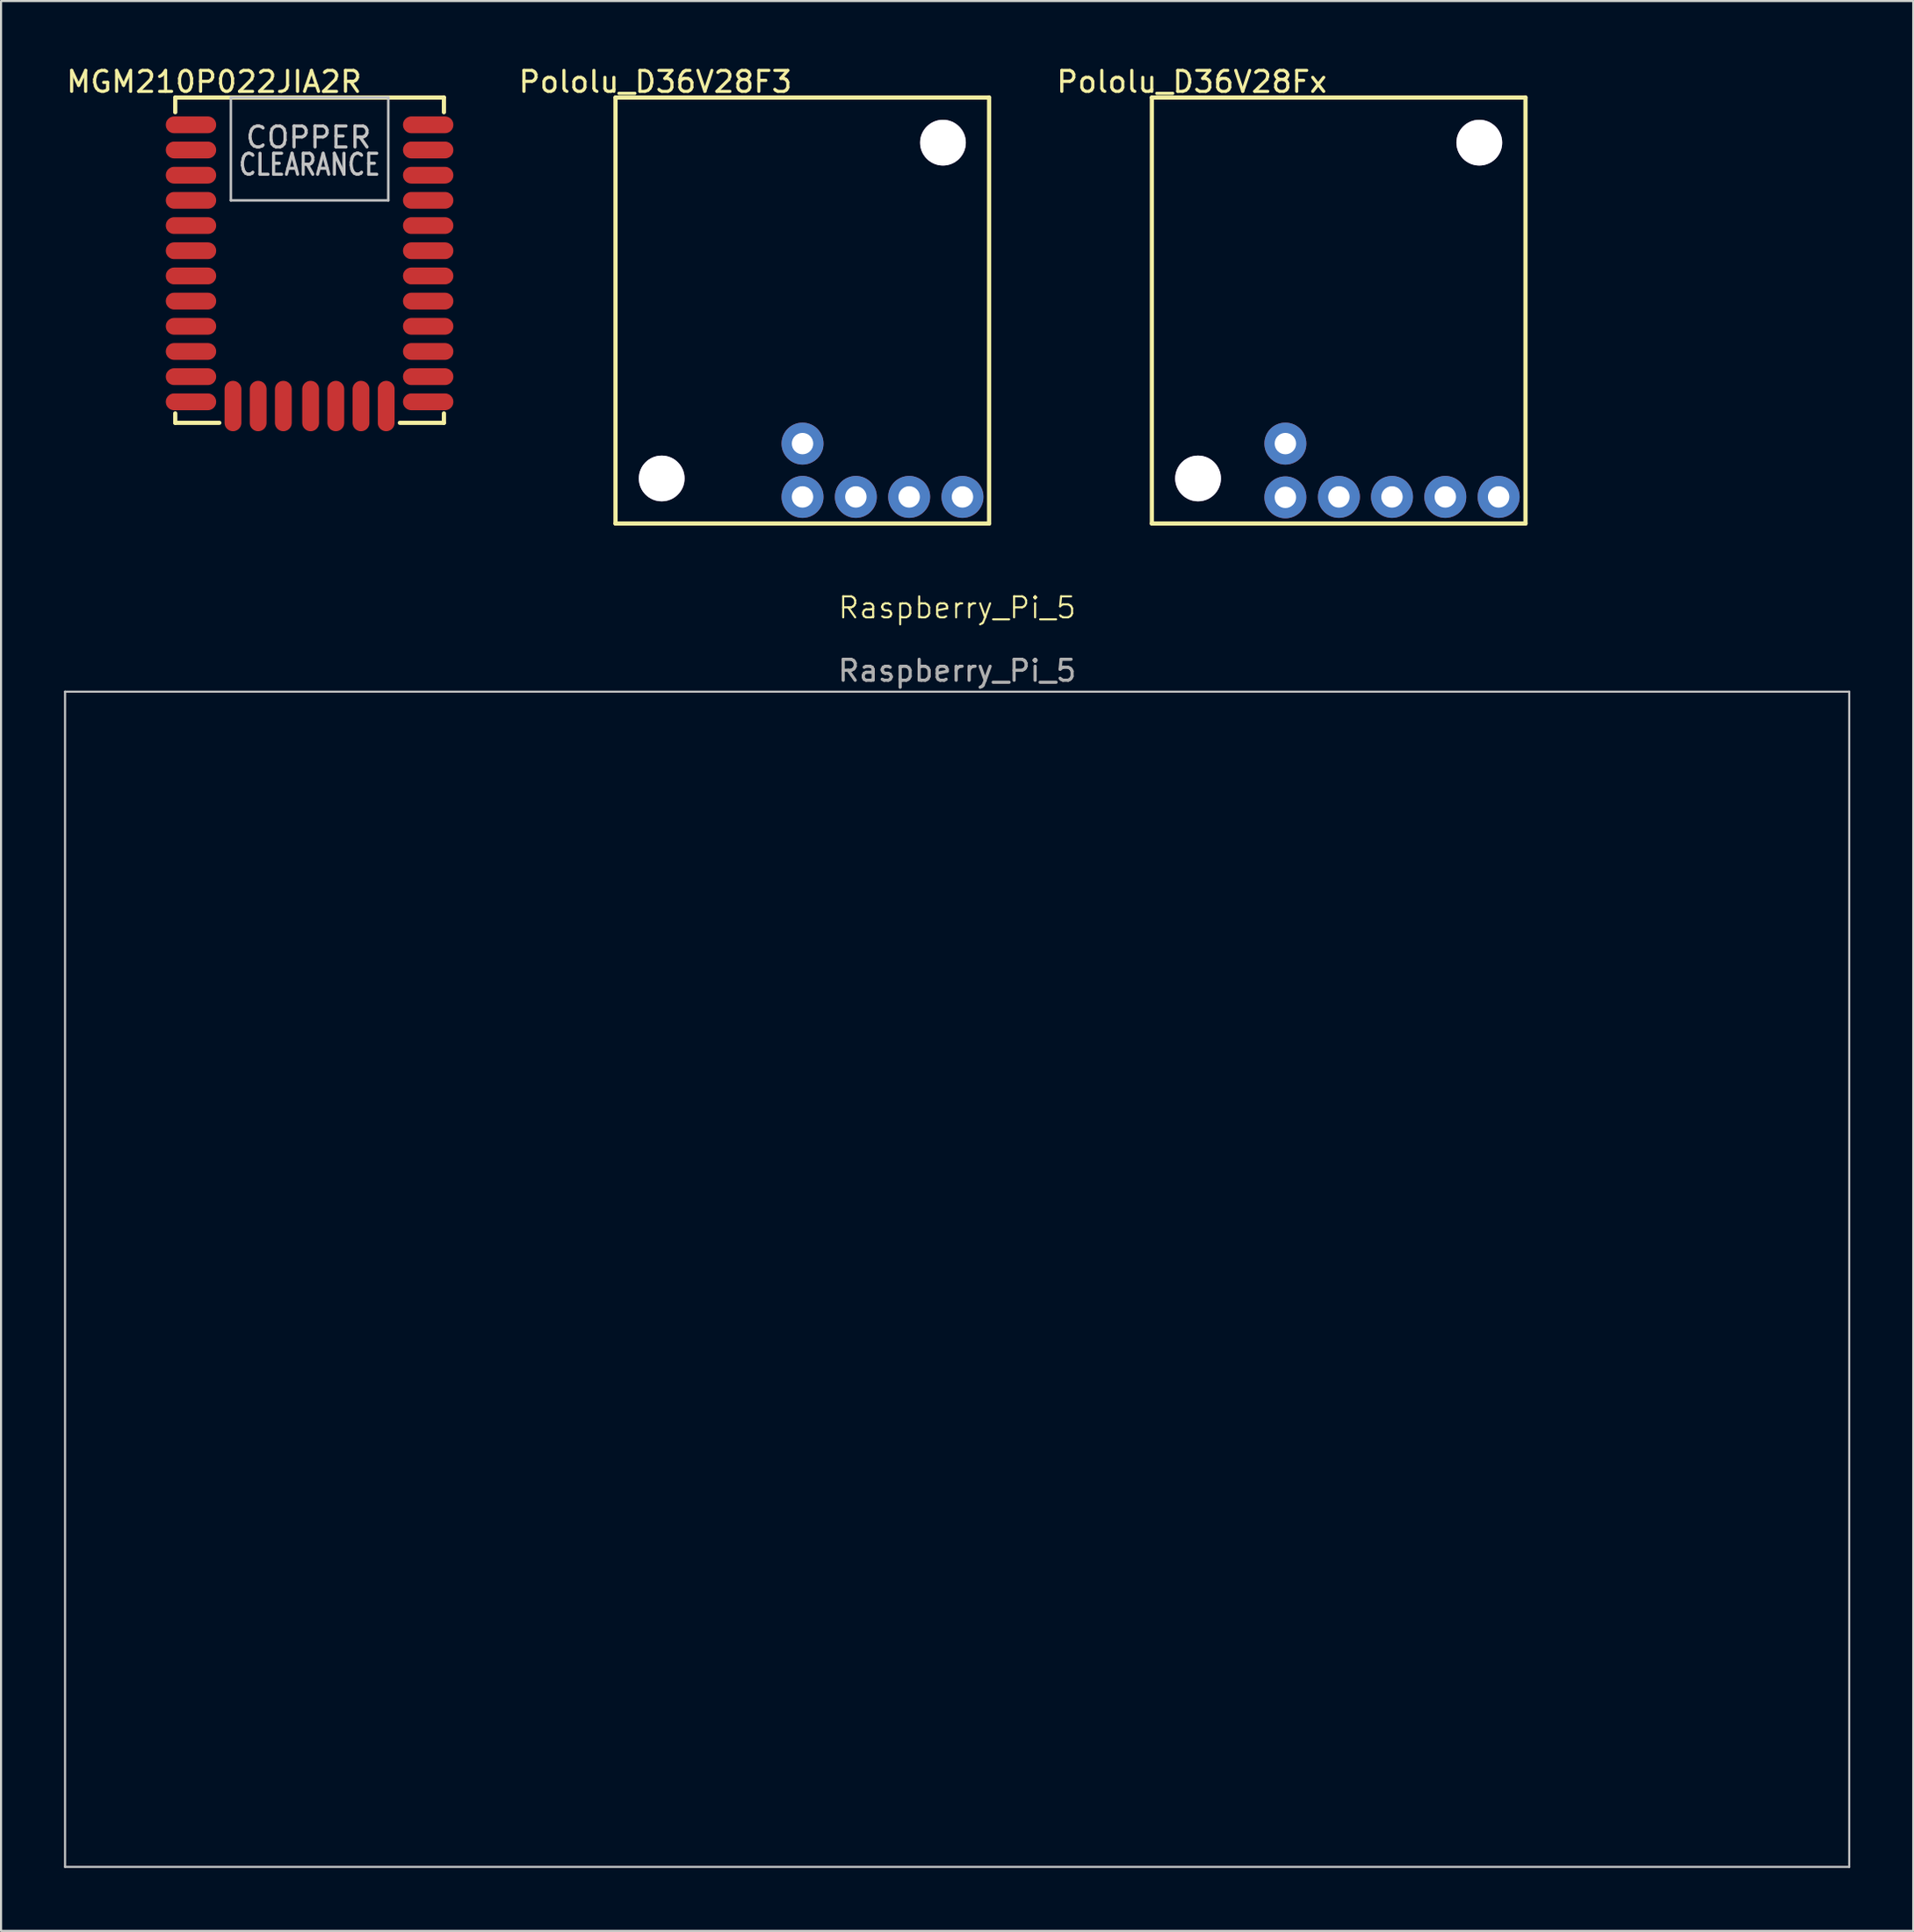
<source format=kicad_pcb>
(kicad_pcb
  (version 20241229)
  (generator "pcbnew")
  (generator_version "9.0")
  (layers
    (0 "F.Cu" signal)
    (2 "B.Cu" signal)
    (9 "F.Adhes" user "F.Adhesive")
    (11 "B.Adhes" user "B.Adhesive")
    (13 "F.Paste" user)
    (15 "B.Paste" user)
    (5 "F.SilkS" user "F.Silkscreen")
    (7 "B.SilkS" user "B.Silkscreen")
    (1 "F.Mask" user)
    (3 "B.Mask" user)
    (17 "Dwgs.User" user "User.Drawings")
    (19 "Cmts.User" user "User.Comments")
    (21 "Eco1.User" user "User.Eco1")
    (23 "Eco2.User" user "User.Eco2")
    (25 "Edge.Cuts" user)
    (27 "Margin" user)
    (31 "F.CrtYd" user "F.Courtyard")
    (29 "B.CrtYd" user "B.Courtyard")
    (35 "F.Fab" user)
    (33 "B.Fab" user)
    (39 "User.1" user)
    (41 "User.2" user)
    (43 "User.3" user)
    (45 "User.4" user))
  (footprint "Pololu_D36V28F3"
    (layer "F.Cu")
    (at 35.174 21.898)
    (property "Reference" "Pololu_D36V28F3" (at -7 -21.05 0) (layer "F.SilkS") (effects (font (size 1 1) (thickness 0.15))))
    (attr through_hole)
    (fp_line (start -8.9 -20.3) (end 8.9 -20.3) (stroke (width 0.2) (type solid)) (layer "F.SilkS"))
    (fp_line (start -8.9 0) (end -8.9 -20.3) (stroke (width 0.2) (type solid)) (layer "F.SilkS"))
    (fp_line (start -8.9 0) (end 8.9 0) (stroke (width 0.2) (type solid)) (layer "F.SilkS"))
    (fp_line (start 8.9 0) (end 8.9 -20.3) (stroke (width 0.2) (type solid)) (layer "F.SilkS"))
    (pad "" thru_hole circle (at -6.7 -2.15) (size 2.18 2.18) (drill 2.18) (layers "*.Cu" "*.Mask"))
    (pad "" thru_hole circle (at 6.7 -18.15) (size 2.18 2.18) (drill 2.18) (layers "*.Cu" "*.Mask"))
    (pad "1" thru_hole circle (at 0.01 -3.81) (size 2 2) (drill 1.02) (layers "*.Cu" "*.Mask" "B.Paste"))
    (pad "2" thru_hole circle (at 0.01 -1.27) (size 2 2) (drill 1.02) (layers "*.Cu" "*.Mask" "B.Paste"))
    (pad "3" thru_hole circle (at 2.55 -1.27) (size 2 2) (drill 1.02) (layers "*.Cu" "*.Mask" "B.Paste"))
    (pad "4" thru_hole circle (at 5.09 -1.27) (size 2 2) (drill 1.02) (layers "*.Cu" "*.Mask"))
    (pad "5" thru_hole circle (at 7.63 -1.27) (size 2 2) (drill 1.02) (layers "*.Cu" "*.Mask")))
  (footprint "MGM210P022JIA2R"
    (layer "F.Cu")
    (at 11.699 9.098)
    (property "Reference" "MGM210P022JIA2R" (at -4.55 -8.25 0) (layer "F.SilkS") (effects (font (size 1 1) (thickness 0.15))))
    (attr through_hole)
    (fp_line (start -6.4 -7.5) (end -6.4 -6.8) (stroke (width 0.2) (type solid)) (layer "F.SilkS"))
    (fp_line (start -6.4 -7.5) (end 6.4 -7.5) (stroke (width 0.2) (type solid)) (layer "F.SilkS"))
    (fp_line (start -6.4 8) (end -6.4 7.55) (stroke (width 0.2) (type solid)) (layer "F.SilkS"))
    (fp_line (start -6.4 8) (end -4.3 8) (stroke (width 0.2) (type solid)) (layer "F.SilkS"))
    (fp_line (start 6.4 -7.5) (end 6.4 -6.8) (stroke (width 0.2) (type solid)) (layer "F.SilkS"))
    (fp_line (start 6.4 8) (end 4.3 8) (stroke (width 0.2) (type solid)) (layer "F.SilkS"))
    (fp_line (start 6.4 8) (end 6.4 7.55) (stroke (width 0.2) (type solid)) (layer "F.SilkS"))
    (fp_line (start -3.75 -7.5) (end 3.75 -7.5) (stroke (width 0.12) (type solid)) (layer "Dwgs.User"))
    (fp_line (start -3.75 -2.6) (end -3.75 -7.5) (stroke (width 0.12) (type solid)) (layer "Dwgs.User"))
    (fp_line (start -3.75 -2.6) (end 3.75 -2.6) (stroke (width 0.12) (type solid)) (layer "Dwgs.User"))
    (fp_line (start 3.75 -2.6) (end 3.75 -7.5) (stroke (width 0.12) (type solid)) (layer "Dwgs.User"))
    (fp_text user "CLEARANCE" (at 0 -4.3 0) (layer "Dwgs.User") (effects (font (size 1 0.8) (thickness 0.15))))
    (fp_text user "COPPER" (at -0.05 -5.6 0) (layer "Dwgs.User") (effects (font (size 1 1) (thickness 0.15))))
    (pad "1" smd oval (at -5.65 -6.2) (size 2.4 0.8) (layers "F.Cu" "F.Mask" "F.Paste"))
    (pad "2" smd oval (at -5.65 -5) (size 2.4 0.8) (layers "F.Cu" "F.Mask" "F.Paste"))
    (pad "3" smd oval (at -5.65 -3.8) (size 2.4 0.8) (layers "F.Cu" "F.Mask" "F.Paste"))
    (pad "4" smd oval (at -5.65 -2.6) (size 2.4 0.8) (layers "F.Cu" "F.Mask" "F.Paste"))
    (pad "5" smd oval (at -5.65 -1.4) (size 2.4 0.8) (layers "F.Cu" "F.Mask" "F.Paste"))
    (pad "6" smd oval (at -5.65 -0.2) (size 2.4 0.8) (layers "F.Cu" "F.Mask" "F.Paste"))
    (pad "7" smd oval (at -5.65 1) (size 2.4 0.8) (layers "F.Cu" "F.Mask" "F.Paste"))
    (pad "8" smd oval (at -5.65 2.2) (size 2.4 0.8) (layers "F.Cu" "F.Mask" "F.Paste"))
    (pad "9" smd oval (at -5.65 3.4) (size 2.4 0.8) (layers "F.Cu" "F.Mask" "F.Paste"))
    (pad "10" smd oval (at -5.65 4.6) (size 2.4 0.8) (layers "F.Cu" "F.Mask" "F.Paste"))
    (pad "11" smd oval (at -5.65 5.8) (size 2.4 0.8) (layers "F.Cu" "F.Mask" "F.Paste"))
    (pad "12" smd oval (at -5.65 7) (size 2.4 0.8) (layers "F.Cu" "F.Mask" "F.Paste"))
    (pad "13" smd oval (at -3.65 7.2 90) (size 2.4 0.8) (layers "F.Cu" "F.Mask" "F.Paste"))
    (pad "14" smd oval (at -2.45 7.2 90) (size 2.4 0.8) (layers "F.Cu" "F.Mask" "F.Paste"))
    (pad "15" smd oval (at -1.25 7.2 90) (size 2.4 0.8) (layers "F.Cu" "F.Mask" "F.Paste"))
    (pad "16" smd oval (at 0.05 7.2 90) (size 2.4 0.8) (layers "F.Cu" "F.Mask" "F.Paste"))
    (pad "17" smd oval (at 1.25 7.2 90) (size 2.4 0.8) (layers "F.Cu" "F.Mask" "F.Paste"))
    (pad "18" smd oval (at 2.45 7.2 90) (size 2.4 0.8) (layers "F.Cu" "F.Mask" "F.Paste"))
    (pad "19" smd oval (at 3.65 7.2 90) (size 2.4 0.8) (layers "F.Cu" "F.Mask" "F.Paste"))
    (pad "20" smd oval (at 5.65 7) (size 2.4 0.8) (layers "F.Cu" "F.Mask" "F.Paste"))
    (pad "21" smd oval (at 5.65 5.8) (size 2.4 0.8) (layers "F.Cu" "F.Mask" "F.Paste"))
    (pad "22" smd oval (at 5.65 4.6) (size 2.4 0.8) (layers "F.Cu" "F.Mask" "F.Paste"))
    (pad "23" smd oval (at 5.65 3.4) (size 2.4 0.8) (layers "F.Cu" "F.Mask" "F.Paste"))
    (pad "24" smd oval (at 5.65 2.2) (size 2.4 0.8) (layers "F.Cu" "F.Mask" "F.Paste"))
    (pad "25" smd oval (at 5.65 1) (size 2.4 0.8) (layers "F.Cu" "F.Mask" "F.Paste"))
    (pad "26" smd oval (at 5.65 -0.2) (size 2.4 0.8) (layers "F.Cu" "F.Mask" "F.Paste"))
    (pad "27" smd oval (at 5.65 -1.4) (size 2.4 0.8) (layers "F.Cu" "F.Mask" "F.Paste"))
    (pad "28" smd oval (at 5.65 -2.6) (size 2.4 0.8) (layers "F.Cu" "F.Mask" "F.Paste"))
    (pad "29" smd oval (at 5.65 -3.8) (size 2.4 0.8) (layers "F.Cu" "F.Mask" "F.Paste"))
    (pad "30" smd oval (at 5.65 -5) (size 2.4 0.8) (layers "F.Cu" "F.Mask" "F.Paste"))
    (pad "31" smd oval (at 5.65 -6.2) (size 2.4 0.8) (layers "F.Cu" "F.Mask" "F.Paste")))
  (footprint "Pololu_D36V28Fx"
    (layer "F.Cu")
    (at 60.727 21.898)
    (property "Reference" "Pololu_D36V28Fx" (at -7 -21.05 0) (layer "F.SilkS") (effects (font (size 1 1) (thickness 0.15))))
    (attr through_hole)
    (fp_line (start -8.9 -20.3) (end 8.9 -20.3) (stroke (width 0.2) (type solid)) (layer "F.SilkS"))
    (fp_line (start -8.9 0) (end -8.9 -20.3) (stroke (width 0.2) (type solid)) (layer "F.SilkS"))
    (fp_line (start -8.9 0) (end 8.9 0) (stroke (width 0.2) (type solid)) (layer "F.SilkS"))
    (fp_line (start 8.9 0) (end 8.9 -20.3) (stroke (width 0.2) (type solid)) (layer "F.SilkS"))
    (pad "" thru_hole circle (at -6.7 -2.15) (size 2.18 2.18) (drill 2.18) (layers "*.Cu" "*.Mask"))
    (pad "" thru_hole circle (at 6.7 -18.15) (size 2.18 2.18) (drill 2.18) (layers "*.Cu" "*.Mask"))
    (pad "1" thru_hole circle (at -2.54 -3.81) (size 2 2) (drill 1.02) (layers "*.Cu" "*.Mask" "B.Paste"))
    (pad "2" thru_hole circle (at -2.54 -1.25) (size 2 2) (drill 1.02) (layers "*.Cu" "*.Mask" "B.Paste"))
    (pad "3" thru_hole circle (at 0.01 -1.27) (size 2 2) (drill 1.02) (layers "*.Cu" "*.Mask" "B.Paste"))
    (pad "4" thru_hole circle (at 2.54 -1.27) (size 2 2) (drill 1.02) (layers "*.Cu" "*.Mask" "B.Paste"))
    (pad "5" thru_hole circle (at 5.08 -1.27) (size 2 2) (drill 1.02) (layers "*.Cu" "*.Mask"))
    (pad "6" thru_hole circle (at 7.62 -1.27) (size 2 2) (drill 1.02) (layers "*.Cu" "*.Mask")))
  (footprint "Raspberry_Pi_5"
    (layer "F.Cu")
    (at 42.55 57.909)
    (property "Reference" "Raspberry_Pi_5" (at 0 -32 0) (unlocked yes) (layer "F.SilkS") (effects (font (size 1 1) (thickness 0.1))))
    (attr smd)
    (fp_line (start -42.5 -28) (end 42.5 -28) (stroke (width 0.1) (type default)) (layer "Dwgs.User"))
    (fp_line (start -42.5 28) (end -42.5 -28) (stroke (width 0.1) (type default)) (layer "Dwgs.User"))
    (fp_line (start -42.5 28) (end 42.5 28) (stroke (width 0.1) (type default)) (layer "Dwgs.User"))
    (fp_line (start 42.5 -28) (end 42.5 28) (stroke (width 0.1) (type default)) (layer "Dwgs.User"))
    (fp_text user "${REFERENCE}" (at 0 -29 0) (unlocked yes) (layer "F.Fab") (effects (font (size 1 1) (thickness 0.15)))))
  (gr_rect
    (start -3 -3)
    (end 88.1 88.959)
    (stroke (width 0.1) (type default))
    (fill no)
    (layer "Edge.Cuts")))
</source>
